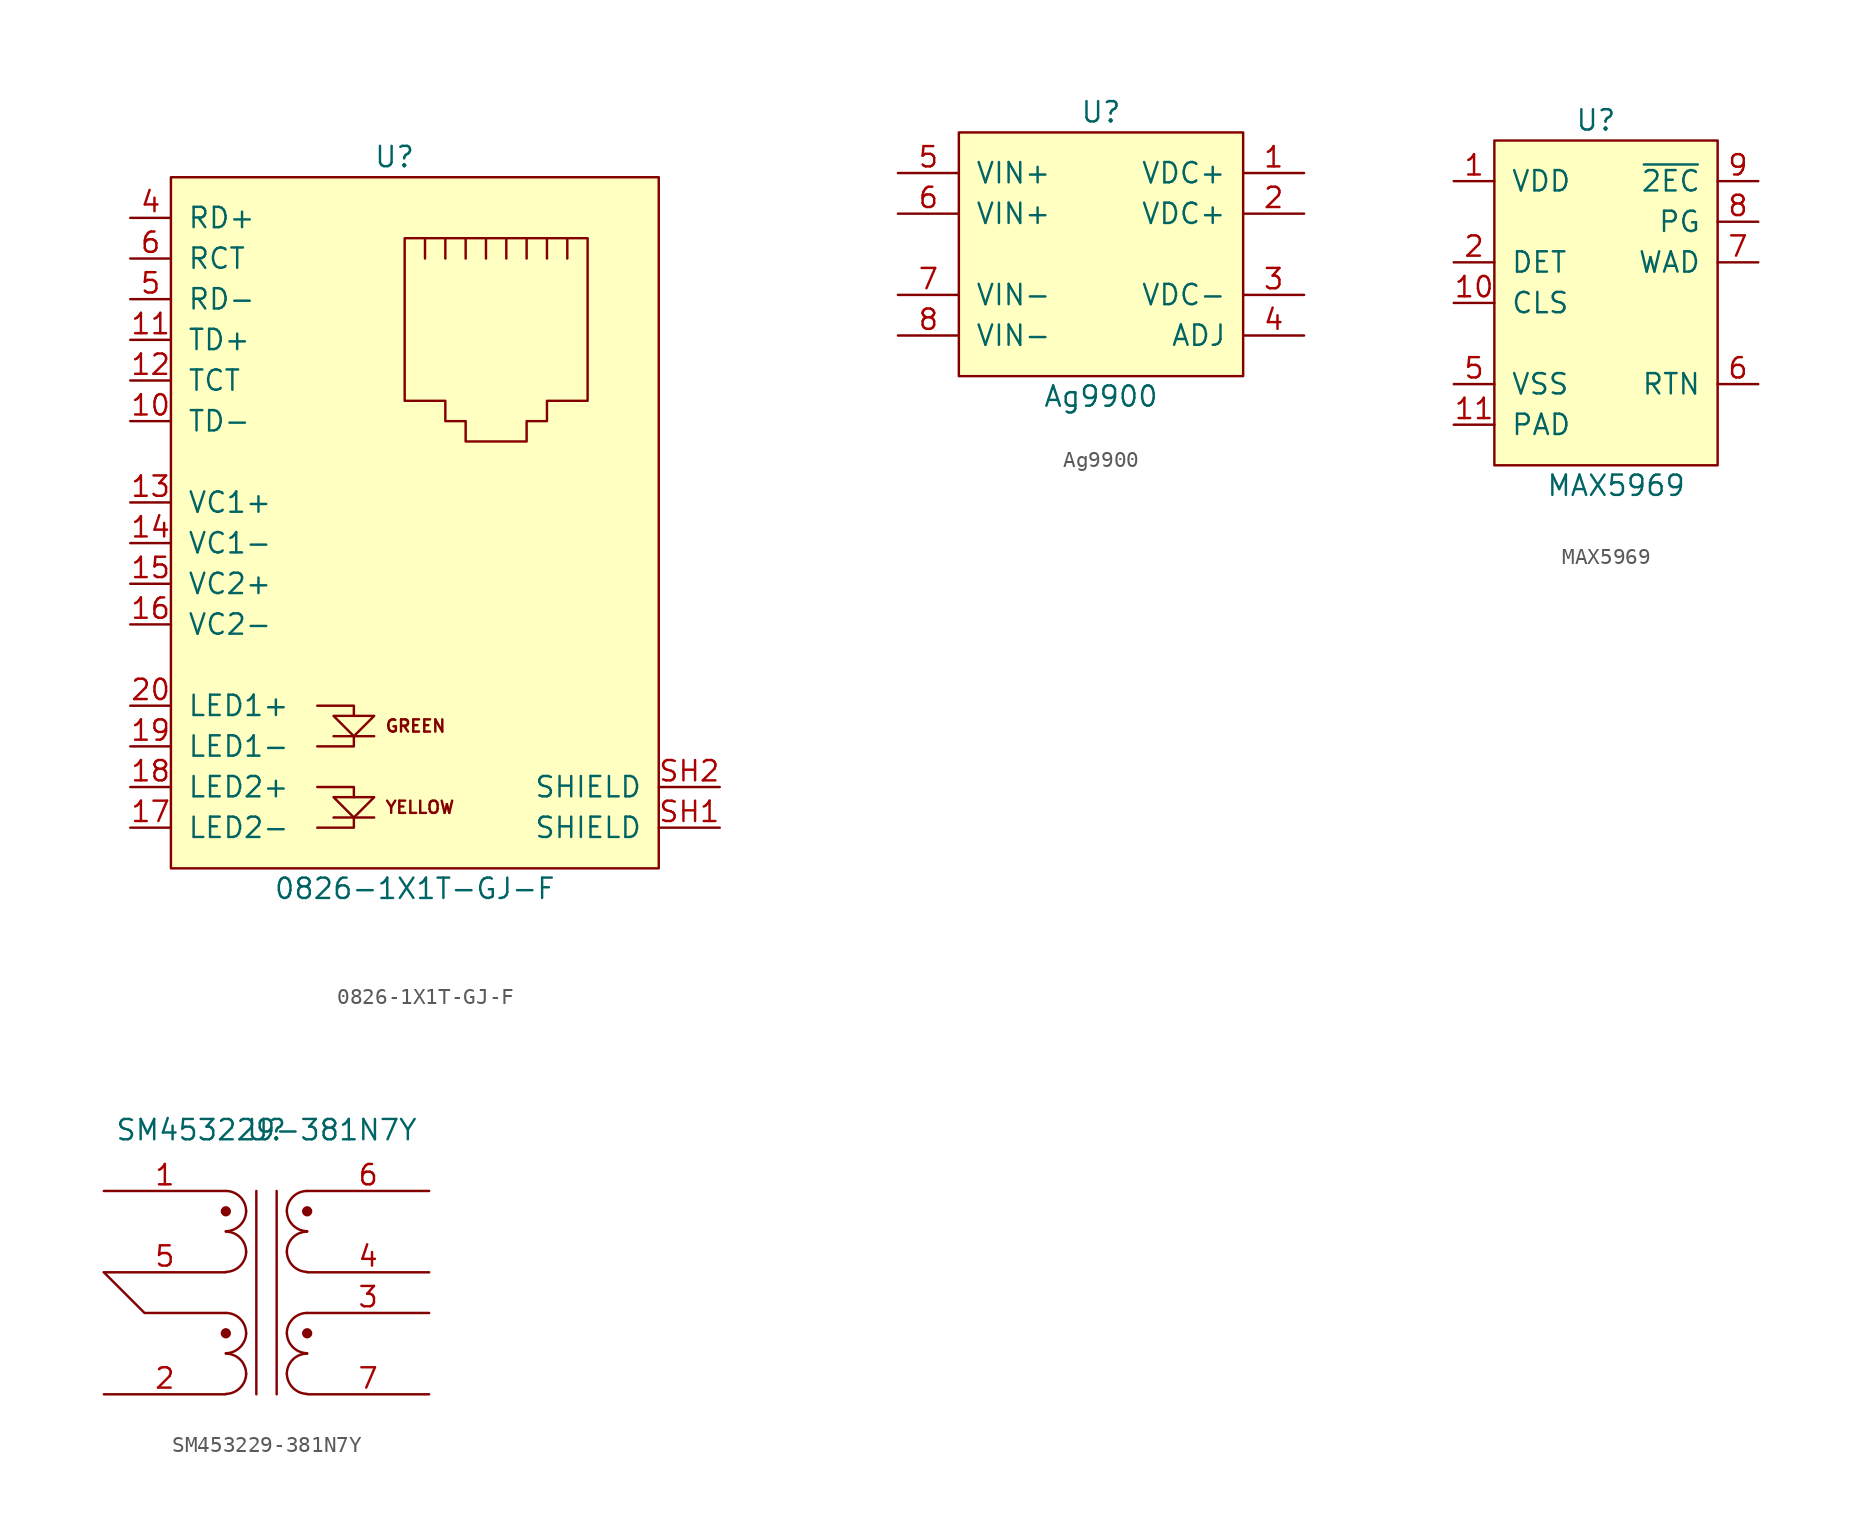
<source format=kicad_sym>
(kicad_symbol_lib
  (version 20220914)
  (generator kicad_symbol_editor)
  (symbol "0826-1X1T-GJ-F"
    (pin_names
      (offset 1.016))
    (property "Reference" "U"
      (at 13.97 1.27 0)
      (effects (font (size 1.27 1.27))))
    (property "Value" "0826-1X1T-GJ-F"
      (at 15.24 -44.45 0)
      (effects (font (size 1.27 1.27))))
    (symbol "0826-1X1T-GJ-F_0_1"
      (rectangle (start 0 0) (end 30.48 -43.18) (stroke (width 0) (type default)) (fill (type background))))
    (symbol "0826-1X1T-GJ-F_1_0"
      (polyline (pts (xy 12.7 -40.005) (xy 10.16 -40.005)) (stroke (width 0) (type default)) (fill (type none)))
      (polyline (pts (xy 12.7 -34.925) (xy 10.16 -34.925)) (stroke (width 0) (type default)) (fill (type none)))
      (polyline (pts (xy 9.144 -40.64) (xy 11.43 -40.64) (xy 11.43 -40.005)) (stroke (width 0) (type default)) (fill (type none)))
      (polyline (pts (xy 9.144 -38.1) (xy 11.43 -38.1) (xy 11.43 -38.735)) (stroke (width 0) (type default)) (fill (type none)))
      (polyline (pts (xy 9.144 -33.02) (xy 11.43 -33.02) (xy 11.43 -33.655)) (stroke (width 0) (type default)) (fill (type none)))
      (polyline (pts (xy 11.43 -34.925) (xy 11.43 -35.56) (xy 9.144 -35.56)) (stroke (width 0) (type default)) (fill (type none)))
      (polyline (pts (xy 10.16 -33.655) (xy 12.7 -33.655) (xy 11.43 -34.925) (xy 10.16 -33.655)) (stroke (width 0) (type default)) (fill (type none)))
      (polyline (pts (xy 12.7 -38.735) (xy 10.16 -38.735) (xy 11.43 -40.005) (xy 12.7 -38.735)) (stroke (width 0) (type default)) (fill (type none)))
      (text "GREEN" (at 13.335 -34.29 0) (effects (font (size 0.762 0.762)) (justify left)))
      (text "YELLOW" (at 13.335 -39.37 0) (effects (font (size 0.762 0.762)) (justify left))))
    (symbol "0826-1X1T-GJ-F_1_1"
      (polyline (pts (xy 15.875 -5.08) (xy 15.875 -3.81)) (stroke (width 0) (type default)) (fill (type none)))
      (polyline (pts (xy 17.145 -3.81) (xy 17.145 -5.08)) (stroke (width 0) (type default)) (fill (type none)))
      (polyline (pts (xy 18.415 -3.81) (xy 18.415 -5.08)) (stroke (width 0) (type default)) (fill (type none)))
      (polyline (pts (xy 19.685 -3.81) (xy 19.685 -5.08)) (stroke (width 0) (type default)) (fill (type none)))
      (polyline (pts (xy 20.955 -3.81) (xy 20.955 -5.08)) (stroke (width 0) (type default)) (fill (type none)))
      (polyline (pts (xy 22.225 -3.81) (xy 22.225 -5.08)) (stroke (width 0) (type default)) (fill (type none)))
      (polyline (pts (xy 23.495 -5.08) (xy 23.495 -3.81)) (stroke (width 0) (type default)) (fill (type none)))
      (polyline (pts (xy 24.765 -5.08) (xy 24.765 -3.81)) (stroke (width 0) (type default)) (fill (type none)))
      (polyline (pts (xy 14.605 -3.81) (xy 26.035 -3.81) (xy 26.035 -13.97) (xy 23.495 -13.97) (xy 23.495 -15.24) (xy 22.225 -15.24) (xy 22.225 -16.51) (xy 18.415 -16.51) (xy 18.415 -15.24) (xy 17.145 -15.24) (xy 17.145 -13.97) (xy 14.605 -13.97) (xy 14.605 -3.81)) (stroke (width 0) (type default)) (fill (type none)))
      (pin passive line (at -2.54 -15.24 0) (length 2.54) (name "TD-" (effects (font (size 1.27 1.27)))) (number "10" (effects (font (size 1.27 1.27)))))
      (pin passive line (at -2.54 -10.16 0) (length 2.54) (name "TD+" (effects (font (size 1.27 1.27)))) (number "11" (effects (font (size 1.27 1.27)))))
      (pin passive line (at -2.54 -12.7 0) (length 2.54) (name "TCT" (effects (font (size 1.27 1.27)))) (number "12" (effects (font (size 1.27 1.27)))))
      (pin passive line (at -2.54 -20.32 0) (length 2.54) (name "VC1+" (effects (font (size 1.27 1.27)))) (number "13" (effects (font (size 1.27 1.27)))))
      (pin passive line (at -2.54 -22.86 0) (length 2.54) (name "VC1-" (effects (font (size 1.27 1.27)))) (number "14" (effects (font (size 1.27 1.27)))))
      (pin passive line (at -2.54 -25.4 0) (length 2.54) (name "VC2+" (effects (font (size 1.27 1.27)))) (number "15" (effects (font (size 1.27 1.27)))))
      (pin passive line (at -2.54 -27.94 0) (length 2.54) (name "VC2-" (effects (font (size 1.27 1.27)))) (number "16" (effects (font (size 1.27 1.27)))))
      (pin passive line (at -2.54 -40.64 0) (length 2.54) (name "LED2-" (effects (font (size 1.27 1.27)))) (number "17" (effects (font (size 1.27 1.27)))))
      (pin passive line (at -2.54 -38.1 0) (length 2.54) (name "LED2+" (effects (font (size 1.27 1.27)))) (number "18" (effects (font (size 1.27 1.27)))))
      (pin passive line (at -2.54 -35.56 0) (length 2.54) (name "LED1-" (effects (font (size 1.27 1.27)))) (number "19" (effects (font (size 1.27 1.27)))))
      (pin passive line (at -2.54 -33.02 0) (length 2.54) (name "LED1+" (effects (font (size 1.27 1.27)))) (number "20" (effects (font (size 1.27 1.27)))))
      (pin passive line (at -2.54 -2.54 0) (length 2.54) (name "RD+" (effects (font (size 1.27 1.27)))) (number "4" (effects (font (size 1.27 1.27)))))
      (pin passive line (at -2.54 -7.62 0) (length 2.54) (name "RD-" (effects (font (size 1.27 1.27)))) (number "5" (effects (font (size 1.27 1.27)))))
      (pin passive line (at -2.54 -5.08 0) (length 2.54) (name "RCT" (effects (font (size 1.27 1.27)))) (number "6" (effects (font (size 1.27 1.27)))))
      (pin passive line (at 34.29 -40.64 180) (length 3.81) (name "SHIELD" (effects (font (size 1.27 1.27)))) (number "SH1" (effects (font (size 1.27 1.27)))))
      (pin passive line (at 34.29 -38.1 180) (length 3.81) (name "SHIELD" (effects (font (size 1.27 1.27)))) (number "SH2" (effects (font (size 1.27 1.27)))))))
  (symbol "Ag9900"
    (pin_names
      (offset 1.016))
    (property "Reference" "U"
      (at 8.89 1.27 0)
      (effects (font (size 1.27 1.27))))
    (property "Value" "Ag9900"
      (at 8.89 -16.51 0)
      (effects (font (size 1.27 1.27))))
    (symbol "Ag9900_0_1"
      (rectangle (start 0 0) (end 17.78 -15.24) (stroke (width 0) (type default)) (fill (type background))))
    (symbol "Ag9900_1_1"
      (pin power_out line (at 21.59 -2.54 180) (length 3.81) (name "VDC+" (effects (font (size 1.27 1.27)))) (number "1" (effects (font (size 1.27 1.27)))))
      (pin power_out line (at 21.59 -5.08 180) (length 3.81) (name "VDC+" (effects (font (size 1.27 1.27)))) (number "2" (effects (font (size 1.27 1.27)))))
      (pin power_out line (at 21.59 -10.16 180) (length 3.81) (name "VDC-" (effects (font (size 1.27 1.27)))) (number "3" (effects (font (size 1.27 1.27)))))
      (pin passive line (at 21.59 -12.7 180) (length 3.81) (name "ADJ" (effects (font (size 1.27 1.27)))) (number "4" (effects (font (size 1.27 1.27)))))
      (pin power_in line (at -3.81 -2.54 0) (length 3.81) (name "VIN+" (effects (font (size 1.27 1.27)))) (number "5" (effects (font (size 1.27 1.27)))))
      (pin power_in line (at -3.81 -5.08 0) (length 3.81) (name "VIN+" (effects (font (size 1.27 1.27)))) (number "6" (effects (font (size 1.27 1.27)))))
      (pin power_in line (at -3.81 -10.16 0) (length 3.81) (name "VIN-" (effects (font (size 1.27 1.27)))) (number "7" (effects (font (size 1.27 1.27)))))
      (pin power_in line (at -3.81 -12.7 0) (length 3.81) (name "VIN-" (effects (font (size 1.27 1.27)))) (number "8" (effects (font (size 1.27 1.27)))))))
  (symbol "MAX5969"
    (pin_names
      (offset 1.016))
    (property "Reference" "U"
      (at 6.35 1.27 0)
      (effects (font (size 1.27 1.27))))
    (property "Value" "MAX5969"
      (at 7.62 -21.59 0)
      (effects (font (size 1.27 1.27))))
    (symbol "MAX5969_0_1"
      (rectangle (start 0 0) (end 13.97 -20.32) (stroke (width 0) (type default)) (fill (type background))))
    (symbol "MAX5969_1_1"
      (pin power_in line (at -2.54 -2.54 0) (length 2.54) (name "VDD" (effects (font (size 1.27 1.27)))) (number "1" (effects (font (size 1.27 1.27)))))
      (pin passive line (at -2.54 -10.16 0) (length 2.54) (name "CLS" (effects (font (size 1.27 1.27)))) (number "10" (effects (font (size 1.27 1.27)))))
      (pin passive line (at -2.54 -17.78 0) (length 2.54) (name "PAD" (effects (font (size 1.27 1.27)))) (number "11" (effects (font (size 1.27 1.27)))))
      (pin passive line (at -2.54 -7.62 0) (length 2.54) (name "DET" (effects (font (size 1.27 1.27)))) (number "2" (effects (font (size 1.27 1.27)))))
      (pin power_in line (at -2.54 -15.24 0) (length 2.54) (name "VSS" (effects (font (size 1.27 1.27)))) (number "5" (effects (font (size 1.27 1.27)))))
      (pin power_out line (at 16.51 -15.24 180) (length 2.54) (name "RTN" (effects (font (size 1.27 1.27)))) (number "6" (effects (font (size 1.27 1.27)))))
      (pin input line (at 16.51 -7.62 180) (length 2.54) (name "WAD" (effects (font (size 1.27 1.27)))) (number "7" (effects (font (size 1.27 1.27)))))
      (pin open_collector line (at 16.51 -5.08 180) (length 2.54) (name "PG" (effects (font (size 1.27 1.27)))) (number "8" (effects (font (size 1.27 1.27)))))
      (pin output line (at 16.51 -2.54 180) (length 2.54) (name "~{2EC}" (effects (font (size 1.27 1.27)))) (number "9" (effects (font (size 1.27 1.27)))))))
  (symbol "SM453229-381N7Y"
    (property "Reference" "U"
      (at 0 0 0)
      (effects (font (size 1.27 1.27))))
    (property "Value" "SM453229-381N7Y"
      (at 0 0 0)
      (effects (font (size 1.27 1.27))))
    (symbol "SM453229-381N7Y_0_1"
      (arc (start -2.54 -16.4846) (mid -1.6561 -16.1163) (end -1.27 -15.24) (stroke (width 0) (type default)) (fill (type none)))
      (arc (start -2.54 -13.9446) (mid -1.6561 -13.5763) (end -1.27 -12.7) (stroke (width 0) (type default)) (fill (type none)))
      (arc (start -2.54 -8.8646) (mid -1.6561 -8.4963) (end -1.27 -7.62) (stroke (width 0) (type default)) (fill (type none)))
      (arc (start -2.54 -6.3246) (mid -1.6561 -5.9563) (end -1.27 -5.08) (stroke (width 0) (type default)) (fill (type none)))
      (arc (start -1.27 -15.24) (mid -1.642 -14.342) (end -2.54 -13.97) (stroke (width 0) (type default)) (fill (type none)))
      (arc (start -1.27 -12.7) (mid -1.642 -11.802) (end -2.54 -11.43) (stroke (width 0) (type default)) (fill (type none)))
      (arc (start -1.27 -7.62) (mid -1.642 -6.722) (end -2.54 -6.35) (stroke (width 0) (type default)) (fill (type none)))
      (arc (start -1.27 -5.08) (mid -1.642 -4.182) (end -2.54 -3.81) (stroke (width 0) (type default)) (fill (type none)))
      (polyline (pts (xy -0.635 -3.81) (xy -0.635 -16.51)) (stroke (width 0) (type default)) (fill (type none)))
      (polyline (pts (xy 0.635 -16.51) (xy 0.635 -3.81)) (stroke (width 0) (type default)) (fill (type none)))
      (arc (start 1.27 -15.24) (mid 1.656 -16.1164) (end 2.54 -16.4846) (stroke (width 0) (type default)) (fill (type none)))
      (arc (start 1.27 -12.7) (mid 1.656 -13.5764) (end 2.54 -13.9446) (stroke (width 0) (type default)) (fill (type none)))
      (arc (start 1.27 -7.62) (mid 1.656 -8.4964) (end 2.54 -8.8646) (stroke (width 0) (type default)) (fill (type none)))
      (arc (start 1.27 -5.08) (mid 1.656 -5.9564) (end 2.54 -6.3246) (stroke (width 0) (type default)) (fill (type none)))
      (arc (start 2.54 -13.97) (mid 1.642 -14.342) (end 1.27 -15.24) (stroke (width 0) (type default)) (fill (type none)))
      (arc (start 2.54 -11.43) (mid 1.642 -11.802) (end 1.27 -12.7) (stroke (width 0) (type default)) (fill (type none)))
      (arc (start 2.54 -6.35) (mid 1.642 -6.722) (end 1.27 -7.62) (stroke (width 0) (type default)) (fill (type none)))
      (arc (start 2.54 -3.81) (mid 1.642 -4.182) (end 1.27 -5.08) (stroke (width 0) (type default)) (fill (type none))))
    (symbol "SM453229-381N7Y_1_1"
      (circle (center -2.54 -12.7) (radius 0.245) (stroke (width 0) (type default)) (fill (type outline)))
      (circle (center -2.54 -5.08) (radius 0.245) (stroke (width 0) (type default)) (fill (type outline)))
      (polyline (pts (xy -2.54 -11.43) (xy -7.62 -11.43) (xy -10.16 -8.89)) (stroke (width 0) (type default)) (fill (type none)))
      (circle (center 2.54 -12.7) (radius 0.245) (stroke (width 0) (type default)) (fill (type outline)))
      (circle (center 2.54 -5.08) (radius 0.245) (stroke (width 0) (type default)) (fill (type outline)))
      (pin passive line (at -10.16 -3.81 0) (length 7.62) (name "" (effects (font (size 1.27 1.27)))) (number "1" (effects (font (size 1.27 1.27)))))
      (pin passive line (at -10.16 -16.51 0) (length 7.62) (name "" (effects (font (size 1.27 1.27)))) (number "2" (effects (font (size 1.27 1.27)))))
      (pin passive line (at 10.16 -11.43 180) (length 7.62) (name "" (effects (font (size 1.27 1.27)))) (number "3" (effects (font (size 1.27 1.27)))))
      (pin passive line (at 10.16 -8.89 180) (length 7.62) (name "" (effects (font (size 1.27 1.27)))) (number "4" (effects (font (size 1.27 1.27)))))
      (pin passive line (at -10.16 -8.89 0) (length 7.62) (name "" (effects (font (size 1.27 1.27)))) (number "5" (effects (font (size 1.27 1.27)))))
      (pin passive line (at 10.16 -3.81 180) (length 7.62) (name "" (effects (font (size 1.27 1.27)))) (number "6" (effects (font (size 1.27 1.27)))))
      (pin passive line (at 10.16 -16.51 180) (length 7.62) (name "" (effects (font (size 1.27 1.27)))) (number "7" (effects (font (size 1.27 1.27))))))))
</source>
